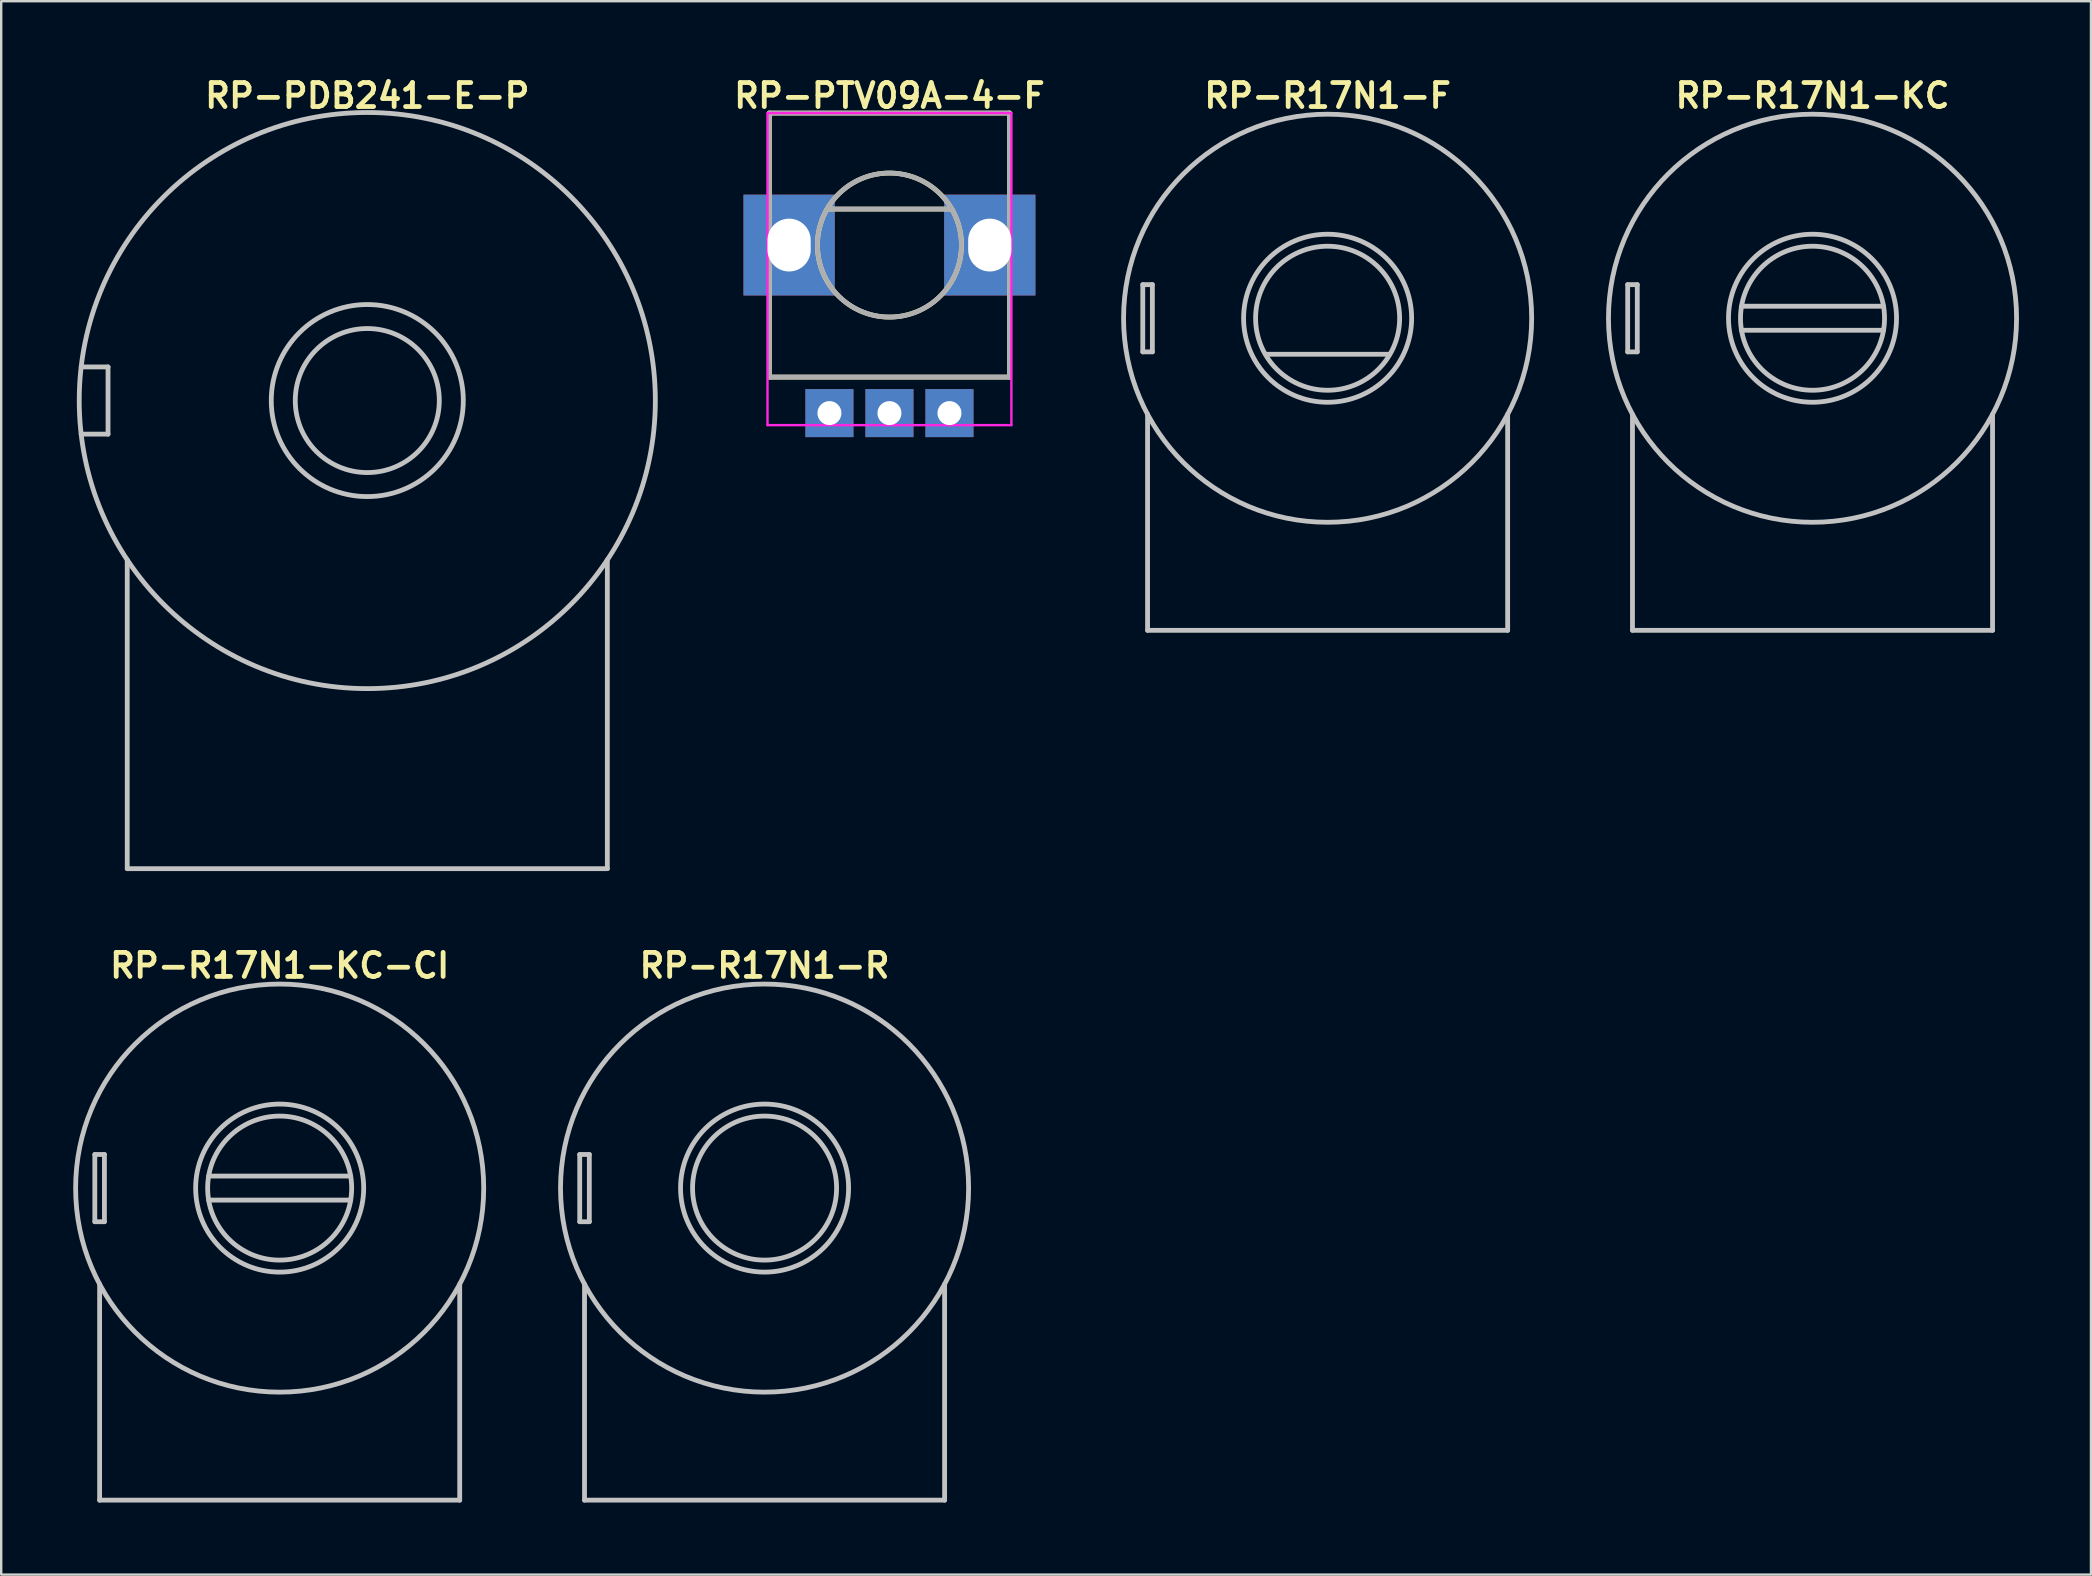
<source format=kicad_pcb>
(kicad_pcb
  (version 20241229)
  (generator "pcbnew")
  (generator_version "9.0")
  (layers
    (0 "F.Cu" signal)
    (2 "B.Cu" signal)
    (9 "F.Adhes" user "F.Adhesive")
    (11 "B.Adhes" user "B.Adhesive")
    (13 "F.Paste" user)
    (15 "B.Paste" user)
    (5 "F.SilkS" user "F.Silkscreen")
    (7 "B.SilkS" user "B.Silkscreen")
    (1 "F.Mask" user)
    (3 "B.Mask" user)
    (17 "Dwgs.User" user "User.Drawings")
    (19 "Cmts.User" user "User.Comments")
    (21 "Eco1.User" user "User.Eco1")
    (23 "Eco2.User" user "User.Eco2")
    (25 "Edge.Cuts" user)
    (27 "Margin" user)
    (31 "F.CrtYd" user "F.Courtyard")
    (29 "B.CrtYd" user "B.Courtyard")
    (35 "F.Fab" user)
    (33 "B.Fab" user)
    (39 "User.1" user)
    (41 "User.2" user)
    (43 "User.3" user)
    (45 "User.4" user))
  (footprint "RP-PTV09A-4-F"
    (layer "F.Cu")
    (at 34.002 7.159)
    (property "Reference" "RP-PTV09A-4-F" (at 0 -6.223 0) (layer "F.SilkS") (effects (font (size 1 1) (thickness 0.2))))
    (attr through_hole)
    (fp_line (start -5 -5.5) (end -5 -0.889) (stroke (width 0.2) (type solid)) (layer "F.SilkS"))
    (fp_line (start -5 -5.5) (end 5 -5.5) (stroke (width 0.2) (type solid)) (layer "F.SilkS"))
    (fp_line (start -5 0.889) (end -5 5.5) (stroke (width 0.2) (type solid)) (layer "F.SilkS"))
    (fp_line (start -5 5.5) (end 5 5.5) (stroke (width 0.2) (type solid)) (layer "F.SilkS"))
    (fp_line (start -2.598 -1.5) (end 2.598 -1.5) (stroke (width 0.2) (type solid)) (layer "F.SilkS"))
    (fp_line (start 5 -5.5) (end 5 -0.889) (stroke (width 0.2) (type solid)) (layer "F.SilkS"))
    (fp_line (start 5 0.889) (end 5 5.5) (stroke (width 0.2) (type solid)) (layer "F.SilkS"))
    (fp_circle (center 0 0) (end 3 0) (stroke (width 0.2) (type solid)) (fill no) (layer "F.SilkS"))
    (fp_line (start -5.08 -5.5) (end -5.08 7.5) (stroke (width 0.1) (type solid)) (layer "F.CrtYd"))
    (fp_line (start -5.08 -5.5) (end 5.08 -5.5) (stroke (width 0.1) (type solid)) (layer "F.CrtYd"))
    (fp_line (start -5.08 7.5) (end 5.08 7.5) (stroke (width 0.1) (type solid)) (layer "F.CrtYd"))
    (fp_line (start 5.08 -5.5) (end 5.08 7.5) (stroke (width 0.1) (type solid)) (layer "F.CrtYd"))
    (fp_line (start -5 -5.5) (end -5 5.5) (stroke (width 0.2) (type solid)) (layer "F.Fab"))
    (fp_line (start -5 -5.5) (end 5 -5.5) (stroke (width 0.2) (type solid)) (layer "F.Fab"))
    (fp_line (start -5 5.5) (end 5 5.5) (stroke (width 0.2) (type solid)) (layer "F.Fab"))
    (fp_line (start -2.598 -1.5) (end 2.598 -1.5) (stroke (width 0.2) (type solid)) (layer "F.Fab"))
    (fp_line (start 5 -5.5) (end 5 5.5) (stroke (width 0.2) (type solid)) (layer "F.Fab"))
    (fp_circle (center 0 0) (end 3 0) (stroke (width 0.2) (type solid)) (fill no) (layer "F.Fab"))
    (pad "0" thru_hole rect (at -4.18 0) (size 3.8 4.2) (drill oval 1.8 2.2) (layers "B.Cu" "B.Mask"))
    (pad "0" thru_hole rect (at 4.18 0) (size 3.8 4.2) (drill oval 1.8 2.2) (layers "B.Cu" "B.Mask"))
    (pad "1" thru_hole rect (at -2.5 7) (size 2 2) (drill 1) (layers "B.Cu" "B.Mask"))
    (pad "2" thru_hole rect (at 0 7) (size 2 2) (drill 1) (layers "B.Cu" "B.Mask"))
    (pad "3" thru_hole rect (at 2.5 7) (size 2 2) (drill 1) (layers "B.Cu" "B.Mask")))
  (footprint "RP-PDB241-E-P"
    (layer "F.Cu")
    (at 12.25 13.636)
    (property "Reference" "RP-PDB241-E-P" (at 0 -12.7 0) (layer "F.SilkS") (effects (font (size 1 1) (thickness 0.2))))
    (attr through_hole)
    (fp_line (start -11.918 -1.4) (end -10.8 -1.4) (stroke (width 0.2) (type solid)) (layer "Dwgs.User"))
    (fp_line (start -11.918 1.4) (end -10.8 1.4) (stroke (width 0.2) (type solid)) (layer "Dwgs.User"))
    (fp_line (start -10.8 -1.4) (end -10.8 1.4) (stroke (width 0.2) (type solid)) (layer "Dwgs.User"))
    (fp_line (start -10 6.633) (end -10 19.5) (stroke (width 0.2) (type solid)) (layer "Dwgs.User"))
    (fp_line (start -10 19.5) (end 10 19.5) (stroke (width 0.2) (type solid)) (layer "Dwgs.User"))
    (fp_line (start 10 6.633) (end 10 19.5) (stroke (width 0.2) (type solid)) (layer "Dwgs.User"))
    (fp_circle (center 0 0) (end 3 0) (stroke (width 0.2) (type solid)) (fill no) (layer "Dwgs.User"))
    (fp_circle (center 0 0) (end 4 0) (stroke (width 0.2) (type solid)) (fill no) (layer "Dwgs.User"))
    (fp_circle (center 0 0) (end 12 0) (stroke (width 0.2) (type solid)) (fill no) (layer "Dwgs.User"))
    (fp_line (start -12.05 -0.8) (end -12.05 0.8) (stroke (width 0.4) (type solid)) (layer "Eco1.User"))
    (fp_line (start -10.75 -0.8) (end -10.75 0.8) (stroke (width 0.4) (type solid)) (layer "Eco1.User"))
    (fp_arc (start -12.05 -0.8) (mid -11.4 -1.45) (end -10.75 -0.8) (stroke (width 0.4) (type solid)) (layer "Eco1.User"))
    (fp_arc (start -10.75 0.8) (mid -11.4 1.45) (end -12.05 0.8) (stroke (width 0.4) (type solid)) (layer "Eco1.User"))
    (fp_circle (center 0 0) (end 4.2 0) (stroke (width 0.4) (type solid)) (fill no) (layer "Eco1.User")))
  (footprint "RP-R17N1-F"
    (layer "F.Cu")
    (at 52.255 10.207)
    (property "Reference" "RP-R17N1-F" (at 0 -9.271 0) (layer "F.SilkS") (effects (font (size 1 1) (thickness 0.2))))
    (attr through_hole)
    (fp_line (start -7.7 -1.4) (end -7.7 1.4) (stroke (width 0.2) (type solid)) (layer "Dwgs.User"))
    (fp_line (start -7.7 -1.4) (end -7.3 -1.4) (stroke (width 0.2) (type solid)) (layer "Dwgs.User"))
    (fp_line (start -7.7 1.4) (end -7.3 1.4) (stroke (width 0.2) (type solid)) (layer "Dwgs.User"))
    (fp_line (start -7.5 4) (end -7.5 13) (stroke (width 0.2) (type solid)) (layer "Dwgs.User"))
    (fp_line (start -7.5 13) (end 7.5 13) (stroke (width 0.2) (type solid)) (layer "Dwgs.User"))
    (fp_line (start -7.3 -1.4) (end -7.3 1.4) (stroke (width 0.2) (type solid)) (layer "Dwgs.User"))
    (fp_line (start -2.54 1.5) (end 2.54 1.5) (stroke (width 0.2) (type solid)) (layer "Dwgs.User"))
    (fp_line (start 7.5 4) (end 7.5 13) (stroke (width 0.2) (type solid)) (layer "Dwgs.User"))
    (fp_circle (center 0 0) (end 3 0) (stroke (width 0.2) (type solid)) (fill no) (layer "Dwgs.User"))
    (fp_circle (center 0 0) (end 3.5 0) (stroke (width 0.2) (type solid)) (fill no) (layer "Dwgs.User"))
    (fp_circle (center 0 0) (end 8.5 0) (stroke (width 0.2) (type solid)) (fill no) (layer "Dwgs.User"))
    (fp_line (start -7.75 -1.2) (end -7.75 1.2) (stroke (width 0.4) (type solid)) (layer "Eco1.User"))
    (fp_line (start -7.25 -1.2) (end -7.25 1.2) (stroke (width 0.4) (type solid)) (layer "Eco1.User"))
    (fp_arc (start -7.75 -1.2) (mid -7.5 -1.45) (end -7.25 -1.2) (stroke (width 0.4) (type solid)) (layer "Eco1.User"))
    (fp_arc (start -7.25 1.2) (mid -7.5 1.45) (end -7.75 1.2) (stroke (width 0.4) (type solid)) (layer "Eco1.User"))
    (fp_circle (center 0 0) (end 3.7 0) (stroke (width 0.4) (type solid)) (fill no) (layer "Eco1.User")))
  (footprint "RP-R17N1-R"
    (layer "F.Cu")
    (at 28.8 46.443)
    (property "Reference" "RP-R17N1-R" (at 0 -9.271 0) (layer "F.SilkS") (effects (font (size 1 1) (thickness 0.2))))
    (attr through_hole)
    (fp_line (start -7.7 -1.4) (end -7.7 1.4) (stroke (width 0.2) (type solid)) (layer "Dwgs.User"))
    (fp_line (start -7.7 -1.4) (end -7.3 -1.4) (stroke (width 0.2) (type solid)) (layer "Dwgs.User"))
    (fp_line (start -7.7 1.4) (end -7.3 1.4) (stroke (width 0.2) (type solid)) (layer "Dwgs.User"))
    (fp_line (start -7.5 4) (end -7.5 13) (stroke (width 0.2) (type solid)) (layer "Dwgs.User"))
    (fp_line (start -7.5 13) (end 7.5 13) (stroke (width 0.2) (type solid)) (layer "Dwgs.User"))
    (fp_line (start -7.3 -1.4) (end -7.3 1.4) (stroke (width 0.2) (type solid)) (layer "Dwgs.User"))
    (fp_line (start 7.5 4) (end 7.5 13) (stroke (width 0.2) (type solid)) (layer "Dwgs.User"))
    (fp_circle (center 0 0) (end 3 0) (stroke (width 0.2) (type solid)) (fill no) (layer "Dwgs.User"))
    (fp_circle (center 0 0) (end 3.5 0) (stroke (width 0.2) (type solid)) (fill no) (layer "Dwgs.User"))
    (fp_circle (center 0 0) (end 8.5 0) (stroke (width 0.2) (type solid)) (fill no) (layer "Dwgs.User"))
    (fp_line (start -7.75 -1.2) (end -7.75 1.2) (stroke (width 0.4) (type solid)) (layer "Eco1.User"))
    (fp_line (start -7.25 -1.2) (end -7.25 1.2) (stroke (width 0.4) (type solid)) (layer "Eco1.User"))
    (fp_arc (start -7.75 -1.2) (mid -7.5 -1.45) (end -7.25 -1.2) (stroke (width 0.4) (type solid)) (layer "Eco1.User"))
    (fp_arc (start -7.25 1.2) (mid -7.5 1.45) (end -7.75 1.2) (stroke (width 0.4) (type solid)) (layer "Eco1.User"))
    (fp_circle (center 0 0) (end 3.7 0) (stroke (width 0.4) (type solid)) (fill no) (layer "Eco1.User")))
  (footprint "RP-R17N1-KC"
    (layer "F.Cu")
    (at 72.455 10.207)
    (property "Reference" "RP-R17N1-KC" (at 0 -9.271 0) (layer "F.SilkS") (effects (font (size 1 1) (thickness 0.2))))
    (attr through_hole)
    (fp_line (start -7.7 -1.4) (end -7.7 1.4) (stroke (width 0.2) (type solid)) (layer "Dwgs.User"))
    (fp_line (start -7.7 -1.4) (end -7.3 -1.4) (stroke (width 0.2) (type solid)) (layer "Dwgs.User"))
    (fp_line (start -7.7 1.4) (end -7.3 1.4) (stroke (width 0.2) (type solid)) (layer "Dwgs.User"))
    (fp_line (start -7.5 4) (end -7.5 13) (stroke (width 0.2) (type solid)) (layer "Dwgs.User"))
    (fp_line (start -7.5 13) (end 7.5 13) (stroke (width 0.2) (type solid)) (layer "Dwgs.User"))
    (fp_line (start -7.3 -1.4) (end -7.3 1.4) (stroke (width 0.2) (type solid)) (layer "Dwgs.User"))
    (fp_line (start -2.958 -0.5) (end 2.958 -0.5) (stroke (width 0.2) (type solid)) (layer "Dwgs.User"))
    (fp_line (start -2.958 0.5) (end 2.958 0.5) (stroke (width 0.2) (type solid)) (layer "Dwgs.User"))
    (fp_line (start 7.5 4) (end 7.5 13) (stroke (width 0.2) (type solid)) (layer "Dwgs.User"))
    (fp_circle (center 0 0) (end 3 0) (stroke (width 0.2) (type solid)) (fill no) (layer "Dwgs.User"))
    (fp_circle (center 0 0) (end 3.5 0) (stroke (width 0.2) (type solid)) (fill no) (layer "Dwgs.User"))
    (fp_circle (center 0 0) (end 8.5 0) (stroke (width 0.2) (type solid)) (fill no) (layer "Dwgs.User"))
    (fp_line (start -7.75 -1.2) (end -7.75 1.2) (stroke (width 0.4) (type solid)) (layer "Eco1.User"))
    (fp_line (start -7.25 -1.2) (end -7.25 1.2) (stroke (width 0.4) (type solid)) (layer "Eco1.User"))
    (fp_arc (start -7.75 -1.2) (mid -7.5 -1.45) (end -7.25 -1.2) (stroke (width 0.4) (type solid)) (layer "Eco1.User"))
    (fp_arc (start -7.25 1.2) (mid -7.5 1.45) (end -7.75 1.2) (stroke (width 0.4) (type solid)) (layer "Eco1.User"))
    (fp_circle (center 0 0) (end 3.7 0) (stroke (width 0.4) (type solid)) (fill no) (layer "Eco1.User")))
  (footprint "RP-R17N1-KC-CI"
    (layer "F.Cu")
    (at 8.6 46.443)
    (property "Reference" "RP-R17N1-KC-CI" (at 0 -9.271 0) (layer "F.SilkS") (effects (font (size 1 1) (thickness 0.2))))
    (attr through_hole)
    (fp_line (start -7.7 -1.4) (end -7.7 1.4) (stroke (width 0.2) (type solid)) (layer "Dwgs.User"))
    (fp_line (start -7.7 -1.4) (end -7.3 -1.4) (stroke (width 0.2) (type solid)) (layer "Dwgs.User"))
    (fp_line (start -7.7 1.4) (end -7.3 1.4) (stroke (width 0.2) (type solid)) (layer "Dwgs.User"))
    (fp_line (start -7.5 4) (end -7.5 13) (stroke (width 0.2) (type solid)) (layer "Dwgs.User"))
    (fp_line (start -7.5 13) (end 7.5 13) (stroke (width 0.2) (type solid)) (layer "Dwgs.User"))
    (fp_line (start -7.3 -1.4) (end -7.3 1.4) (stroke (width 0.2) (type solid)) (layer "Dwgs.User"))
    (fp_line (start -2.958 -0.5) (end 2.958 -0.5) (stroke (width 0.2) (type solid)) (layer "Dwgs.User"))
    (fp_line (start -2.958 0.5) (end 2.958 0.5) (stroke (width 0.2) (type solid)) (layer "Dwgs.User"))
    (fp_line (start 7.5 4) (end 7.5 13) (stroke (width 0.2) (type solid)) (layer "Dwgs.User"))
    (fp_circle (center 0 0) (end 3 0) (stroke (width 0.2) (type solid)) (fill no) (layer "Dwgs.User"))
    (fp_circle (center 0 0) (end 3.5 0) (stroke (width 0.2) (type solid)) (fill no) (layer "Dwgs.User"))
    (fp_circle (center 0 0) (end 8.5 0) (stroke (width 0.2) (type solid)) (fill no) (layer "Dwgs.User"))
    (fp_line (start -7.75 -1.2) (end -7.75 1.2) (stroke (width 0.4) (type solid)) (layer "Eco1.User"))
    (fp_line (start -7.25 -1.2) (end -7.25 1.2) (stroke (width 0.4) (type solid)) (layer "Eco1.User"))
    (fp_arc (start -7.75 -1.2) (mid -7.5 -1.45) (end -7.25 -1.2) (stroke (width 0.4) (type solid)) (layer "Eco1.User"))
    (fp_arc (start -7.25 1.2) (mid -7.5 1.45) (end -7.75 1.2) (stroke (width 0.4) (type solid)) (layer "Eco1.User"))
    (fp_circle (center 0 0) (end 3.7 0) (stroke (width 0.4) (type solid)) (fill no) (layer "Eco1.User")))
  (gr_rect
    (start -3 -3)
    (end 84.055 62.543)
    (stroke (width 0.1) (type default))
    (fill no)
    (layer "Edge.Cuts")))
</source>
